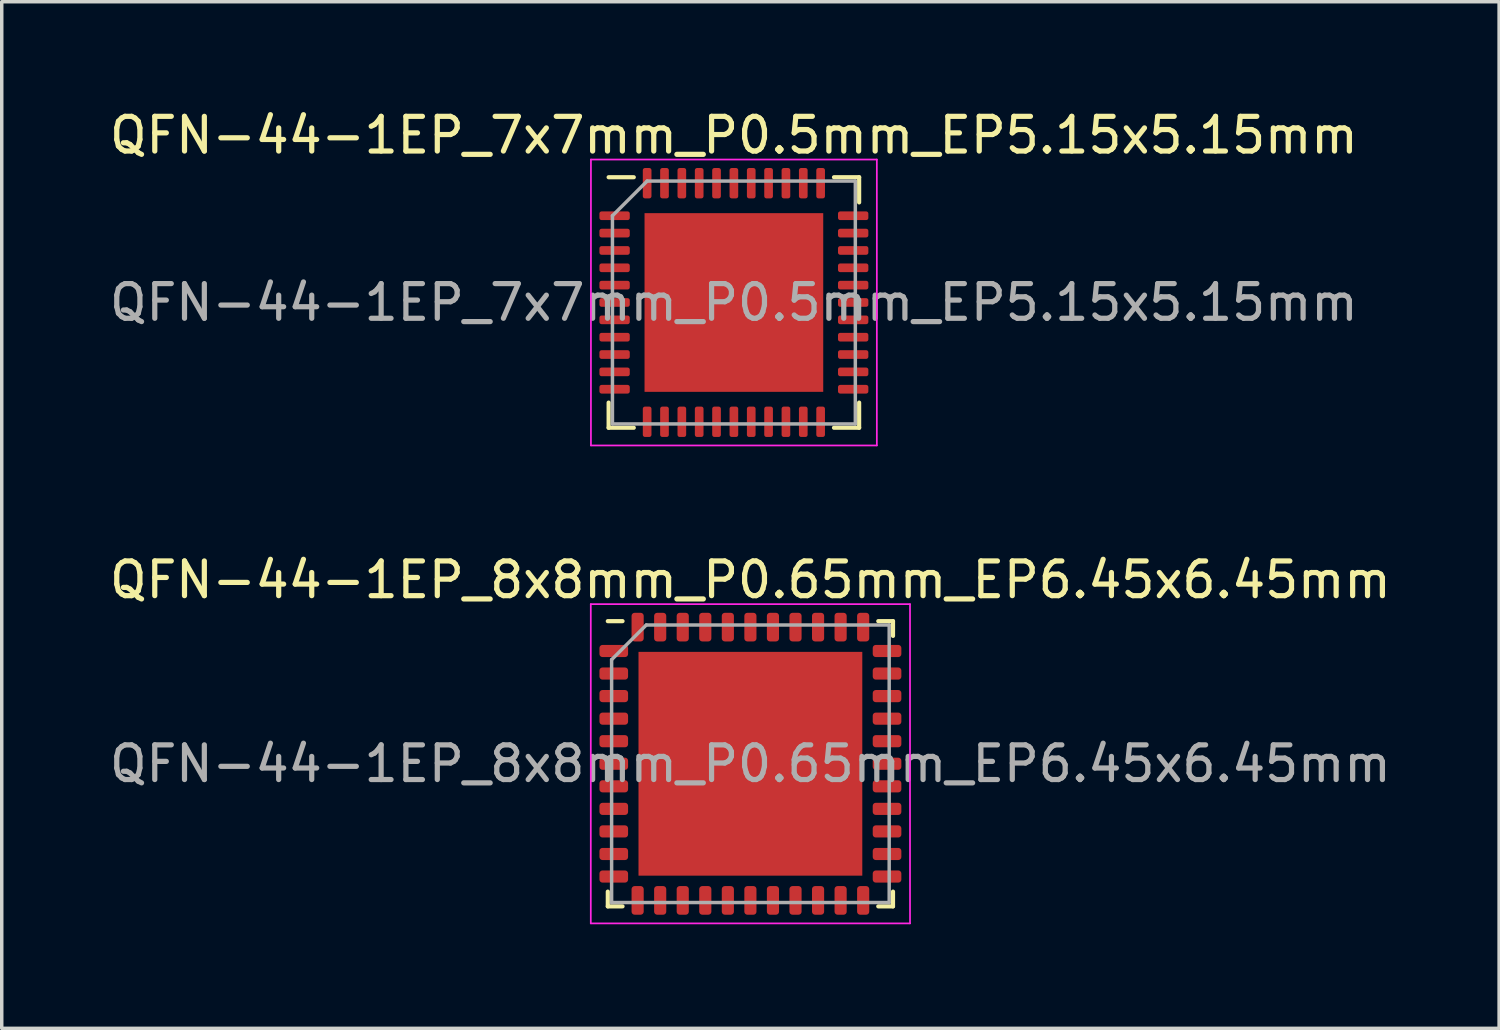
<source format=kicad_pcb>
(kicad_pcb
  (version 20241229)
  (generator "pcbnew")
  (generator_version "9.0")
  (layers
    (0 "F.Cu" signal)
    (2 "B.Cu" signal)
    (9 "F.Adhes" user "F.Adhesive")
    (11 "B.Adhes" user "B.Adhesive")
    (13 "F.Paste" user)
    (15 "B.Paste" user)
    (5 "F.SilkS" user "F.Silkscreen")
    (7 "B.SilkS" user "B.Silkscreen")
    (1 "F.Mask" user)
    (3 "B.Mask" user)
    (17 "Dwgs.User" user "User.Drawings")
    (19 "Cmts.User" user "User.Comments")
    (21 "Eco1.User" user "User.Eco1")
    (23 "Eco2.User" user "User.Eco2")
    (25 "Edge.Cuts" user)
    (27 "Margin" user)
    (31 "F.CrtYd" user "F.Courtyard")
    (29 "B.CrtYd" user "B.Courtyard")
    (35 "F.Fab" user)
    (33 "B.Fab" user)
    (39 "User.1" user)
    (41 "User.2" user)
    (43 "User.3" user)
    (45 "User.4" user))
  (footprint "QFN-44-1EP_8x8mm_P0.65mm_EP6.45x6.45mm"
    (layer "F.Cu")
    (at 18.577 18.962)
    (property "Reference" "QFN-44-1EP_8x8mm_P0.65mm_EP6.45x6.45mm" (at 0 -5.3 0) (layer "F.SilkS") (effects (font (size 1 1) (thickness 0.15))))
    (attr smd)
    (fp_line (start -4.11 4.11) (end -4.11 3.685) (stroke (width 0.12) (type solid)) (layer "F.SilkS"))
    (fp_line (start -3.685 -4.11) (end -4.11 -4.11) (stroke (width 0.12) (type solid)) (layer "F.SilkS"))
    (fp_line (start -3.685 4.11) (end -4.11 4.11) (stroke (width 0.12) (type solid)) (layer "F.SilkS"))
    (fp_line (start 3.685 -4.11) (end 4.11 -4.11) (stroke (width 0.12) (type solid)) (layer "F.SilkS"))
    (fp_line (start 3.685 4.11) (end 4.11 4.11) (stroke (width 0.12) (type solid)) (layer "F.SilkS"))
    (fp_line (start 4.11 -4.11) (end 4.11 -3.685) (stroke (width 0.12) (type solid)) (layer "F.SilkS"))
    (fp_line (start 4.11 4.11) (end 4.11 3.685) (stroke (width 0.12) (type solid)) (layer "F.SilkS"))
    (fp_line (start -4.6 -4.6) (end -4.6 4.6) (stroke (width 0.05) (type solid)) (layer "F.CrtYd"))
    (fp_line (start -4.6 4.6) (end 4.6 4.6) (stroke (width 0.05) (type solid)) (layer "F.CrtYd"))
    (fp_line (start 4.6 -4.6) (end -4.6 -4.6) (stroke (width 0.05) (type solid)) (layer "F.CrtYd"))
    (fp_line (start 4.6 4.6) (end 4.6 -4.6) (stroke (width 0.05) (type solid)) (layer "F.CrtYd"))
    (fp_line (start -4 -3) (end -3 -4) (stroke (width 0.1) (type solid)) (layer "F.Fab"))
    (fp_line (start -4 4) (end -4 -3) (stroke (width 0.1) (type solid)) (layer "F.Fab"))
    (fp_line (start -3 -4) (end 4 -4) (stroke (width 0.1) (type solid)) (layer "F.Fab"))
    (fp_line (start 4 -4) (end 4 4) (stroke (width 0.1) (type solid)) (layer "F.Fab"))
    (fp_line (start 4 4) (end -4 4) (stroke (width 0.1) (type solid)) (layer "F.Fab"))
    (fp_text user "${REFERENCE}" (at 0 0 0) (layer "F.Fab") (effects (font (size 1 1) (thickness 0.15))))
    (pad "" smd roundrect (at -2.58 -2.58) (size 1.04 1.04) (layers "F.Paste") (roundrect_rratio 0.24))
    (pad "" smd roundrect (at -2.58 -1.29) (size 1.04 1.04) (layers "F.Paste") (roundrect_rratio 0.24))
    (pad "" smd roundrect (at -2.58 0) (size 1.04 1.04) (layers "F.Paste") (roundrect_rratio 0.24))
    (pad "" smd roundrect (at -2.58 1.29) (size 1.04 1.04) (layers "F.Paste") (roundrect_rratio 0.24))
    (pad "" smd roundrect (at -2.58 2.58) (size 1.04 1.04) (layers "F.Paste") (roundrect_rratio 0.24))
    (pad "" smd roundrect (at -1.29 -2.58) (size 1.04 1.04) (layers "F.Paste") (roundrect_rratio 0.24))
    (pad "" smd roundrect (at -1.29 -1.29) (size 1.04 1.04) (layers "F.Paste") (roundrect_rratio 0.24))
    (pad "" smd roundrect (at -1.29 0) (size 1.04 1.04) (layers "F.Paste") (roundrect_rratio 0.24))
    (pad "" smd roundrect (at -1.29 1.29) (size 1.04 1.04) (layers "F.Paste") (roundrect_rratio 0.24))
    (pad "" smd roundrect (at -1.29 2.58) (size 1.04 1.04) (layers "F.Paste") (roundrect_rratio 0.24))
    (pad "" smd roundrect (at 0 -2.58) (size 1.04 1.04) (layers "F.Paste") (roundrect_rratio 0.24))
    (pad "" smd roundrect (at 0 -1.29) (size 1.04 1.04) (layers "F.Paste") (roundrect_rratio 0.24))
    (pad "" smd roundrect (at 0 0) (size 1.04 1.04) (layers "F.Paste") (roundrect_rratio 0.24))
    (pad "" smd roundrect (at 0 1.29) (size 1.04 1.04) (layers "F.Paste") (roundrect_rratio 0.24))
    (pad "" smd roundrect (at 0 2.58) (size 1.04 1.04) (layers "F.Paste") (roundrect_rratio 0.24))
    (pad "" smd roundrect (at 1.29 -2.58) (size 1.04 1.04) (layers "F.Paste") (roundrect_rratio 0.24))
    (pad "" smd roundrect (at 1.29 -1.29) (size 1.04 1.04) (layers "F.Paste") (roundrect_rratio 0.24))
    (pad "" smd roundrect (at 1.29 0) (size 1.04 1.04) (layers "F.Paste") (roundrect_rratio 0.24))
    (pad "" smd roundrect (at 1.29 1.29) (size 1.04 1.04) (layers "F.Paste") (roundrect_rratio 0.24))
    (pad "" smd roundrect (at 1.29 2.58) (size 1.04 1.04) (layers "F.Paste") (roundrect_rratio 0.24))
    (pad "" smd roundrect (at 2.58 -2.58) (size 1.04 1.04) (layers "F.Paste") (roundrect_rratio 0.24))
    (pad "" smd roundrect (at 2.58 -1.29) (size 1.04 1.04) (layers "F.Paste") (roundrect_rratio 0.24))
    (pad "" smd roundrect (at 2.58 0) (size 1.04 1.04) (layers "F.Paste") (roundrect_rratio 0.24))
    (pad "" smd roundrect (at 2.58 1.29) (size 1.04 1.04) (layers "F.Paste") (roundrect_rratio 0.24))
    (pad "" smd roundrect (at 2.58 2.58) (size 1.04 1.04) (layers "F.Paste") (roundrect_rratio 0.24))
    (pad "1" smd roundrect (at -3.938 -3.25) (size 0.825 0.35) (layers "F.Cu" "F.Mask" "F.Paste") (roundrect_rratio 0.25))
    (pad "2" smd roundrect (at -3.938 -2.6) (size 0.825 0.35) (layers "F.Cu" "F.Mask" "F.Paste") (roundrect_rratio 0.25))
    (pad "3" smd roundrect (at -3.938 -1.95) (size 0.825 0.35) (layers "F.Cu" "F.Mask" "F.Paste") (roundrect_rratio 0.25))
    (pad "4" smd roundrect (at -3.938 -1.3) (size 0.825 0.35) (layers "F.Cu" "F.Mask" "F.Paste") (roundrect_rratio 0.25))
    (pad "5" smd roundrect (at -3.938 -0.65) (size 0.825 0.35) (layers "F.Cu" "F.Mask" "F.Paste") (roundrect_rratio 0.25))
    (pad "6" smd roundrect (at -3.938 0) (size 0.825 0.35) (layers "F.Cu" "F.Mask" "F.Paste") (roundrect_rratio 0.25))
    (pad "7" smd roundrect (at -3.938 0.65) (size 0.825 0.35) (layers "F.Cu" "F.Mask" "F.Paste") (roundrect_rratio 0.25))
    (pad "8" smd roundrect (at -3.938 1.3) (size 0.825 0.35) (layers "F.Cu" "F.Mask" "F.Paste") (roundrect_rratio 0.25))
    (pad "9" smd roundrect (at -3.938 1.95) (size 0.825 0.35) (layers "F.Cu" "F.Mask" "F.Paste") (roundrect_rratio 0.25))
    (pad "10" smd roundrect (at -3.938 2.6) (size 0.825 0.35) (layers "F.Cu" "F.Mask" "F.Paste") (roundrect_rratio 0.25))
    (pad "11" smd roundrect (at -3.938 3.25) (size 0.825 0.35) (layers "F.Cu" "F.Mask" "F.Paste") (roundrect_rratio 0.25))
    (pad "12" smd roundrect (at -3.25 3.938) (size 0.35 0.825) (layers "F.Cu" "F.Mask" "F.Paste") (roundrect_rratio 0.25))
    (pad "13" smd roundrect (at -2.6 3.938) (size 0.35 0.825) (layers "F.Cu" "F.Mask" "F.Paste") (roundrect_rratio 0.25))
    (pad "14" smd roundrect (at -1.95 3.938) (size 0.35 0.825) (layers "F.Cu" "F.Mask" "F.Paste") (roundrect_rratio 0.25))
    (pad "15" smd roundrect (at -1.3 3.938) (size 0.35 0.825) (layers "F.Cu" "F.Mask" "F.Paste") (roundrect_rratio 0.25))
    (pad "16" smd roundrect (at -0.65 3.938) (size 0.35 0.825) (layers "F.Cu" "F.Mask" "F.Paste") (roundrect_rratio 0.25))
    (pad "17" smd roundrect (at 0 3.938) (size 0.35 0.825) (layers "F.Cu" "F.Mask" "F.Paste") (roundrect_rratio 0.25))
    (pad "18" smd roundrect (at 0.65 3.938) (size 0.35 0.825) (layers "F.Cu" "F.Mask" "F.Paste") (roundrect_rratio 0.25))
    (pad "19" smd roundrect (at 1.3 3.938) (size 0.35 0.825) (layers "F.Cu" "F.Mask" "F.Paste") (roundrect_rratio 0.25))
    (pad "20" smd roundrect (at 1.95 3.938) (size 0.35 0.825) (layers "F.Cu" "F.Mask" "F.Paste") (roundrect_rratio 0.25))
    (pad "21" smd roundrect (at 2.6 3.938) (size 0.35 0.825) (layers "F.Cu" "F.Mask" "F.Paste") (roundrect_rratio 0.25))
    (pad "22" smd roundrect (at 3.25 3.938) (size 0.35 0.825) (layers "F.Cu" "F.Mask" "F.Paste") (roundrect_rratio 0.25))
    (pad "23" smd roundrect (at 3.938 3.25) (size 0.825 0.35) (layers "F.Cu" "F.Mask" "F.Paste") (roundrect_rratio 0.25))
    (pad "24" smd roundrect (at 3.938 2.6) (size 0.825 0.35) (layers "F.Cu" "F.Mask" "F.Paste") (roundrect_rratio 0.25))
    (pad "25" smd roundrect (at 3.938 1.95) (size 0.825 0.35) (layers "F.Cu" "F.Mask" "F.Paste") (roundrect_rratio 0.25))
    (pad "26" smd roundrect (at 3.938 1.3) (size 0.825 0.35) (layers "F.Cu" "F.Mask" "F.Paste") (roundrect_rratio 0.25))
    (pad "27" smd roundrect (at 3.938 0.65) (size 0.825 0.35) (layers "F.Cu" "F.Mask" "F.Paste") (roundrect_rratio 0.25))
    (pad "28" smd roundrect (at 3.938 0) (size 0.825 0.35) (layers "F.Cu" "F.Mask" "F.Paste") (roundrect_rratio 0.25))
    (pad "29" smd roundrect (at 3.938 -0.65) (size 0.825 0.35) (layers "F.Cu" "F.Mask" "F.Paste") (roundrect_rratio 0.25))
    (pad "30" smd roundrect (at 3.938 -1.3) (size 0.825 0.35) (layers "F.Cu" "F.Mask" "F.Paste") (roundrect_rratio 0.25))
    (pad "31" smd roundrect (at 3.938 -1.95) (size 0.825 0.35) (layers "F.Cu" "F.Mask" "F.Paste") (roundrect_rratio 0.25))
    (pad "32" smd roundrect (at 3.938 -2.6) (size 0.825 0.35) (layers "F.Cu" "F.Mask" "F.Paste") (roundrect_rratio 0.25))
    (pad "33" smd roundrect (at 3.938 -3.25) (size 0.825 0.35) (layers "F.Cu" "F.Mask" "F.Paste") (roundrect_rratio 0.25))
    (pad "34" smd roundrect (at 3.25 -3.938) (size 0.35 0.825) (layers "F.Cu" "F.Mask" "F.Paste") (roundrect_rratio 0.25))
    (pad "35" smd roundrect (at 2.6 -3.938) (size 0.35 0.825) (layers "F.Cu" "F.Mask" "F.Paste") (roundrect_rratio 0.25))
    (pad "36" smd roundrect (at 1.95 -3.938) (size 0.35 0.825) (layers "F.Cu" "F.Mask" "F.Paste") (roundrect_rratio 0.25))
    (pad "37" smd roundrect (at 1.3 -3.938) (size 0.35 0.825) (layers "F.Cu" "F.Mask" "F.Paste") (roundrect_rratio 0.25))
    (pad "38" smd roundrect (at 0.65 -3.938) (size 0.35 0.825) (layers "F.Cu" "F.Mask" "F.Paste") (roundrect_rratio 0.25))
    (pad "39" smd roundrect (at 0 -3.938) (size 0.35 0.825) (layers "F.Cu" "F.Mask" "F.Paste") (roundrect_rratio 0.25))
    (pad "40" smd roundrect (at -0.65 -3.938) (size 0.35 0.825) (layers "F.Cu" "F.Mask" "F.Paste") (roundrect_rratio 0.25))
    (pad "41" smd roundrect (at -1.3 -3.938) (size 0.35 0.825) (layers "F.Cu" "F.Mask" "F.Paste") (roundrect_rratio 0.25))
    (pad "42" smd roundrect (at -1.95 -3.938) (size 0.35 0.825) (layers "F.Cu" "F.Mask" "F.Paste") (roundrect_rratio 0.25))
    (pad "43" smd roundrect (at -2.6 -3.938) (size 0.35 0.825) (layers "F.Cu" "F.Mask" "F.Paste") (roundrect_rratio 0.25))
    (pad "44" smd roundrect (at -3.25 -3.938) (size 0.35 0.825) (layers "F.Cu" "F.Mask" "F.Paste") (roundrect_rratio 0.25))
    (pad "45" smd rect (at 0 0) (size 6.45 6.45) (layers "F.Cu" "F.Mask")))
  (footprint "QFN-44-1EP_7x7mm_P0.5mm_EP5.15x5.15mm"
    (layer "F.Cu")
    (at 18.101 5.668)
    (property "Reference" "QFN-44-1EP_7x7mm_P0.5mm_EP5.15x5.15mm" (at 0 -4.82 0) (layer "F.SilkS") (effects (font (size 1 1) (thickness 0.15))))
    (attr smd)
    (fp_line (start -3.61 3.61) (end -3.61 2.885) (stroke (width 0.12) (type solid)) (layer "F.SilkS"))
    (fp_line (start -2.885 -3.61) (end -3.61 -3.61) (stroke (width 0.12) (type solid)) (layer "F.SilkS"))
    (fp_line (start -2.885 3.61) (end -3.61 3.61) (stroke (width 0.12) (type solid)) (layer "F.SilkS"))
    (fp_line (start 2.885 -3.61) (end 3.61 -3.61) (stroke (width 0.12) (type solid)) (layer "F.SilkS"))
    (fp_line (start 2.885 3.61) (end 3.61 3.61) (stroke (width 0.12) (type solid)) (layer "F.SilkS"))
    (fp_line (start 3.61 -3.61) (end 3.61 -2.885) (stroke (width 0.12) (type solid)) (layer "F.SilkS"))
    (fp_line (start 3.61 3.61) (end 3.61 2.885) (stroke (width 0.12) (type solid)) (layer "F.SilkS"))
    (fp_line (start -4.12 -4.12) (end -4.12 4.12) (stroke (width 0.05) (type solid)) (layer "F.CrtYd"))
    (fp_line (start -4.12 4.12) (end 4.12 4.12) (stroke (width 0.05) (type solid)) (layer "F.CrtYd"))
    (fp_line (start 4.12 -4.12) (end -4.12 -4.12) (stroke (width 0.05) (type solid)) (layer "F.CrtYd"))
    (fp_line (start 4.12 4.12) (end 4.12 -4.12) (stroke (width 0.05) (type solid)) (layer "F.CrtYd"))
    (fp_line (start -3.5 -2.5) (end -2.5 -3.5) (stroke (width 0.1) (type solid)) (layer "F.Fab"))
    (fp_line (start -3.5 3.5) (end -3.5 -2.5) (stroke (width 0.1) (type solid)) (layer "F.Fab"))
    (fp_line (start -2.5 -3.5) (end 3.5 -3.5) (stroke (width 0.1) (type solid)) (layer "F.Fab"))
    (fp_line (start 3.5 -3.5) (end 3.5 3.5) (stroke (width 0.1) (type solid)) (layer "F.Fab"))
    (fp_line (start 3.5 3.5) (end -3.5 3.5) (stroke (width 0.1) (type solid)) (layer "F.Fab"))
    (fp_text user "${REFERENCE}" (at 0 0 0) (layer "F.Fab") (effects (font (size 1 1) (thickness 0.15))))
    (pad "" smd roundrect (at -1.935 -1.935) (size 1.04 1.04) (layers "F.Paste") (roundrect_rratio 0.24))
    (pad "" smd roundrect (at -1.935 -0.645) (size 1.04 1.04) (layers "F.Paste") (roundrect_rratio 0.24))
    (pad "" smd roundrect (at -1.935 0.645) (size 1.04 1.04) (layers "F.Paste") (roundrect_rratio 0.24))
    (pad "" smd roundrect (at -1.935 1.935) (size 1.04 1.04) (layers "F.Paste") (roundrect_rratio 0.24))
    (pad "" smd roundrect (at -0.645 -1.935) (size 1.04 1.04) (layers "F.Paste") (roundrect_rratio 0.24))
    (pad "" smd roundrect (at -0.645 -0.645) (size 1.04 1.04) (layers "F.Paste") (roundrect_rratio 0.24))
    (pad "" smd roundrect (at -0.645 0.645) (size 1.04 1.04) (layers "F.Paste") (roundrect_rratio 0.24))
    (pad "" smd roundrect (at -0.645 1.935) (size 1.04 1.04) (layers "F.Paste") (roundrect_rratio 0.24))
    (pad "" smd roundrect (at 0.645 -1.935) (size 1.04 1.04) (layers "F.Paste") (roundrect_rratio 0.24))
    (pad "" smd roundrect (at 0.645 -0.645) (size 1.04 1.04) (layers "F.Paste") (roundrect_rratio 0.24))
    (pad "" smd roundrect (at 0.645 0.645) (size 1.04 1.04) (layers "F.Paste") (roundrect_rratio 0.24))
    (pad "" smd roundrect (at 0.645 1.935) (size 1.04 1.04) (layers "F.Paste") (roundrect_rratio 0.24))
    (pad "" smd roundrect (at 1.935 -1.935) (size 1.04 1.04) (layers "F.Paste") (roundrect_rratio 0.24))
    (pad "" smd roundrect (at 1.935 -0.645) (size 1.04 1.04) (layers "F.Paste") (roundrect_rratio 0.24))
    (pad "" smd roundrect (at 1.935 0.645) (size 1.04 1.04) (layers "F.Paste") (roundrect_rratio 0.24))
    (pad "" smd roundrect (at 1.935 1.935) (size 1.04 1.04) (layers "F.Paste") (roundrect_rratio 0.24))
    (pad "1" smd roundrect (at -3.438 -2.5) (size 0.875 0.25) (layers "F.Cu" "F.Mask" "F.Paste") (roundrect_rratio 0.25))
    (pad "2" smd roundrect (at -3.438 -2) (size 0.875 0.25) (layers "F.Cu" "F.Mask" "F.Paste") (roundrect_rratio 0.25))
    (pad "3" smd roundrect (at -3.438 -1.5) (size 0.875 0.25) (layers "F.Cu" "F.Mask" "F.Paste") (roundrect_rratio 0.25))
    (pad "4" smd roundrect (at -3.438 -1) (size 0.875 0.25) (layers "F.Cu" "F.Mask" "F.Paste") (roundrect_rratio 0.25))
    (pad "5" smd roundrect (at -3.438 -0.5) (size 0.875 0.25) (layers "F.Cu" "F.Mask" "F.Paste") (roundrect_rratio 0.25))
    (pad "6" smd roundrect (at -3.438 0) (size 0.875 0.25) (layers "F.Cu" "F.Mask" "F.Paste") (roundrect_rratio 0.25))
    (pad "7" smd roundrect (at -3.438 0.5) (size 0.875 0.25) (layers "F.Cu" "F.Mask" "F.Paste") (roundrect_rratio 0.25))
    (pad "8" smd roundrect (at -3.438 1) (size 0.875 0.25) (layers "F.Cu" "F.Mask" "F.Paste") (roundrect_rratio 0.25))
    (pad "9" smd roundrect (at -3.438 1.5) (size 0.875 0.25) (layers "F.Cu" "F.Mask" "F.Paste") (roundrect_rratio 0.25))
    (pad "10" smd roundrect (at -3.438 2) (size 0.875 0.25) (layers "F.Cu" "F.Mask" "F.Paste") (roundrect_rratio 0.25))
    (pad "11" smd roundrect (at -3.438 2.5) (size 0.875 0.25) (layers "F.Cu" "F.Mask" "F.Paste") (roundrect_rratio 0.25))
    (pad "12" smd roundrect (at -2.5 3.438) (size 0.25 0.875) (layers "F.Cu" "F.Mask" "F.Paste") (roundrect_rratio 0.25))
    (pad "13" smd roundrect (at -2 3.438) (size 0.25 0.875) (layers "F.Cu" "F.Mask" "F.Paste") (roundrect_rratio 0.25))
    (pad "14" smd roundrect (at -1.5 3.438) (size 0.25 0.875) (layers "F.Cu" "F.Mask" "F.Paste") (roundrect_rratio 0.25))
    (pad "15" smd roundrect (at -1 3.438) (size 0.25 0.875) (layers "F.Cu" "F.Mask" "F.Paste") (roundrect_rratio 0.25))
    (pad "16" smd roundrect (at -0.5 3.438) (size 0.25 0.875) (layers "F.Cu" "F.Mask" "F.Paste") (roundrect_rratio 0.25))
    (pad "17" smd roundrect (at 0 3.438) (size 0.25 0.875) (layers "F.Cu" "F.Mask" "F.Paste") (roundrect_rratio 0.25))
    (pad "18" smd roundrect (at 0.5 3.438) (size 0.25 0.875) (layers "F.Cu" "F.Mask" "F.Paste") (roundrect_rratio 0.25))
    (pad "19" smd roundrect (at 1 3.438) (size 0.25 0.875) (layers "F.Cu" "F.Mask" "F.Paste") (roundrect_rratio 0.25))
    (pad "20" smd roundrect (at 1.5 3.438) (size 0.25 0.875) (layers "F.Cu" "F.Mask" "F.Paste") (roundrect_rratio 0.25))
    (pad "21" smd roundrect (at 2 3.438) (size 0.25 0.875) (layers "F.Cu" "F.Mask" "F.Paste") (roundrect_rratio 0.25))
    (pad "22" smd roundrect (at 2.5 3.438) (size 0.25 0.875) (layers "F.Cu" "F.Mask" "F.Paste") (roundrect_rratio 0.25))
    (pad "23" smd roundrect (at 3.438 2.5) (size 0.875 0.25) (layers "F.Cu" "F.Mask" "F.Paste") (roundrect_rratio 0.25))
    (pad "24" smd roundrect (at 3.438 2) (size 0.875 0.25) (layers "F.Cu" "F.Mask" "F.Paste") (roundrect_rratio 0.25))
    (pad "25" smd roundrect (at 3.438 1.5) (size 0.875 0.25) (layers "F.Cu" "F.Mask" "F.Paste") (roundrect_rratio 0.25))
    (pad "26" smd roundrect (at 3.438 1) (size 0.875 0.25) (layers "F.Cu" "F.Mask" "F.Paste") (roundrect_rratio 0.25))
    (pad "27" smd roundrect (at 3.438 0.5) (size 0.875 0.25) (layers "F.Cu" "F.Mask" "F.Paste") (roundrect_rratio 0.25))
    (pad "28" smd roundrect (at 3.438 0) (size 0.875 0.25) (layers "F.Cu" "F.Mask" "F.Paste") (roundrect_rratio 0.25))
    (pad "29" smd roundrect (at 3.438 -0.5) (size 0.875 0.25) (layers "F.Cu" "F.Mask" "F.Paste") (roundrect_rratio 0.25))
    (pad "30" smd roundrect (at 3.438 -1) (size 0.875 0.25) (layers "F.Cu" "F.Mask" "F.Paste") (roundrect_rratio 0.25))
    (pad "31" smd roundrect (at 3.438 -1.5) (size 0.875 0.25) (layers "F.Cu" "F.Mask" "F.Paste") (roundrect_rratio 0.25))
    (pad "32" smd roundrect (at 3.438 -2) (size 0.875 0.25) (layers "F.Cu" "F.Mask" "F.Paste") (roundrect_rratio 0.25))
    (pad "33" smd roundrect (at 3.438 -2.5) (size 0.875 0.25) (layers "F.Cu" "F.Mask" "F.Paste") (roundrect_rratio 0.25))
    (pad "34" smd roundrect (at 2.5 -3.438) (size 0.25 0.875) (layers "F.Cu" "F.Mask" "F.Paste") (roundrect_rratio 0.25))
    (pad "35" smd roundrect (at 2 -3.438) (size 0.25 0.875) (layers "F.Cu" "F.Mask" "F.Paste") (roundrect_rratio 0.25))
    (pad "36" smd roundrect (at 1.5 -3.438) (size 0.25 0.875) (layers "F.Cu" "F.Mask" "F.Paste") (roundrect_rratio 0.25))
    (pad "37" smd roundrect (at 1 -3.438) (size 0.25 0.875) (layers "F.Cu" "F.Mask" "F.Paste") (roundrect_rratio 0.25))
    (pad "38" smd roundrect (at 0.5 -3.438) (size 0.25 0.875) (layers "F.Cu" "F.Mask" "F.Paste") (roundrect_rratio 0.25))
    (pad "39" smd roundrect (at 0 -3.438) (size 0.25 0.875) (layers "F.Cu" "F.Mask" "F.Paste") (roundrect_rratio 0.25))
    (pad "40" smd roundrect (at -0.5 -3.438) (size 0.25 0.875) (layers "F.Cu" "F.Mask" "F.Paste") (roundrect_rratio 0.25))
    (pad "41" smd roundrect (at -1 -3.438) (size 0.25 0.875) (layers "F.Cu" "F.Mask" "F.Paste") (roundrect_rratio 0.25))
    (pad "42" smd roundrect (at -1.5 -3.438) (size 0.25 0.875) (layers "F.Cu" "F.Mask" "F.Paste") (roundrect_rratio 0.25))
    (pad "43" smd roundrect (at -2 -3.438) (size 0.25 0.875) (layers "F.Cu" "F.Mask" "F.Paste") (roundrect_rratio 0.25))
    (pad "44" smd roundrect (at -2.5 -3.438) (size 0.25 0.875) (layers "F.Cu" "F.Mask" "F.Paste") (roundrect_rratio 0.25))
    (pad "45" smd rect (at 0 0) (size 5.15 5.15) (layers "F.Cu" "F.Mask")))
  (gr_rect
    (start -3 -3)
    (end 40.155 26.587)
    (stroke (width 0.1) (type default))
    (fill no)
    (layer "Edge.Cuts")))
</source>
